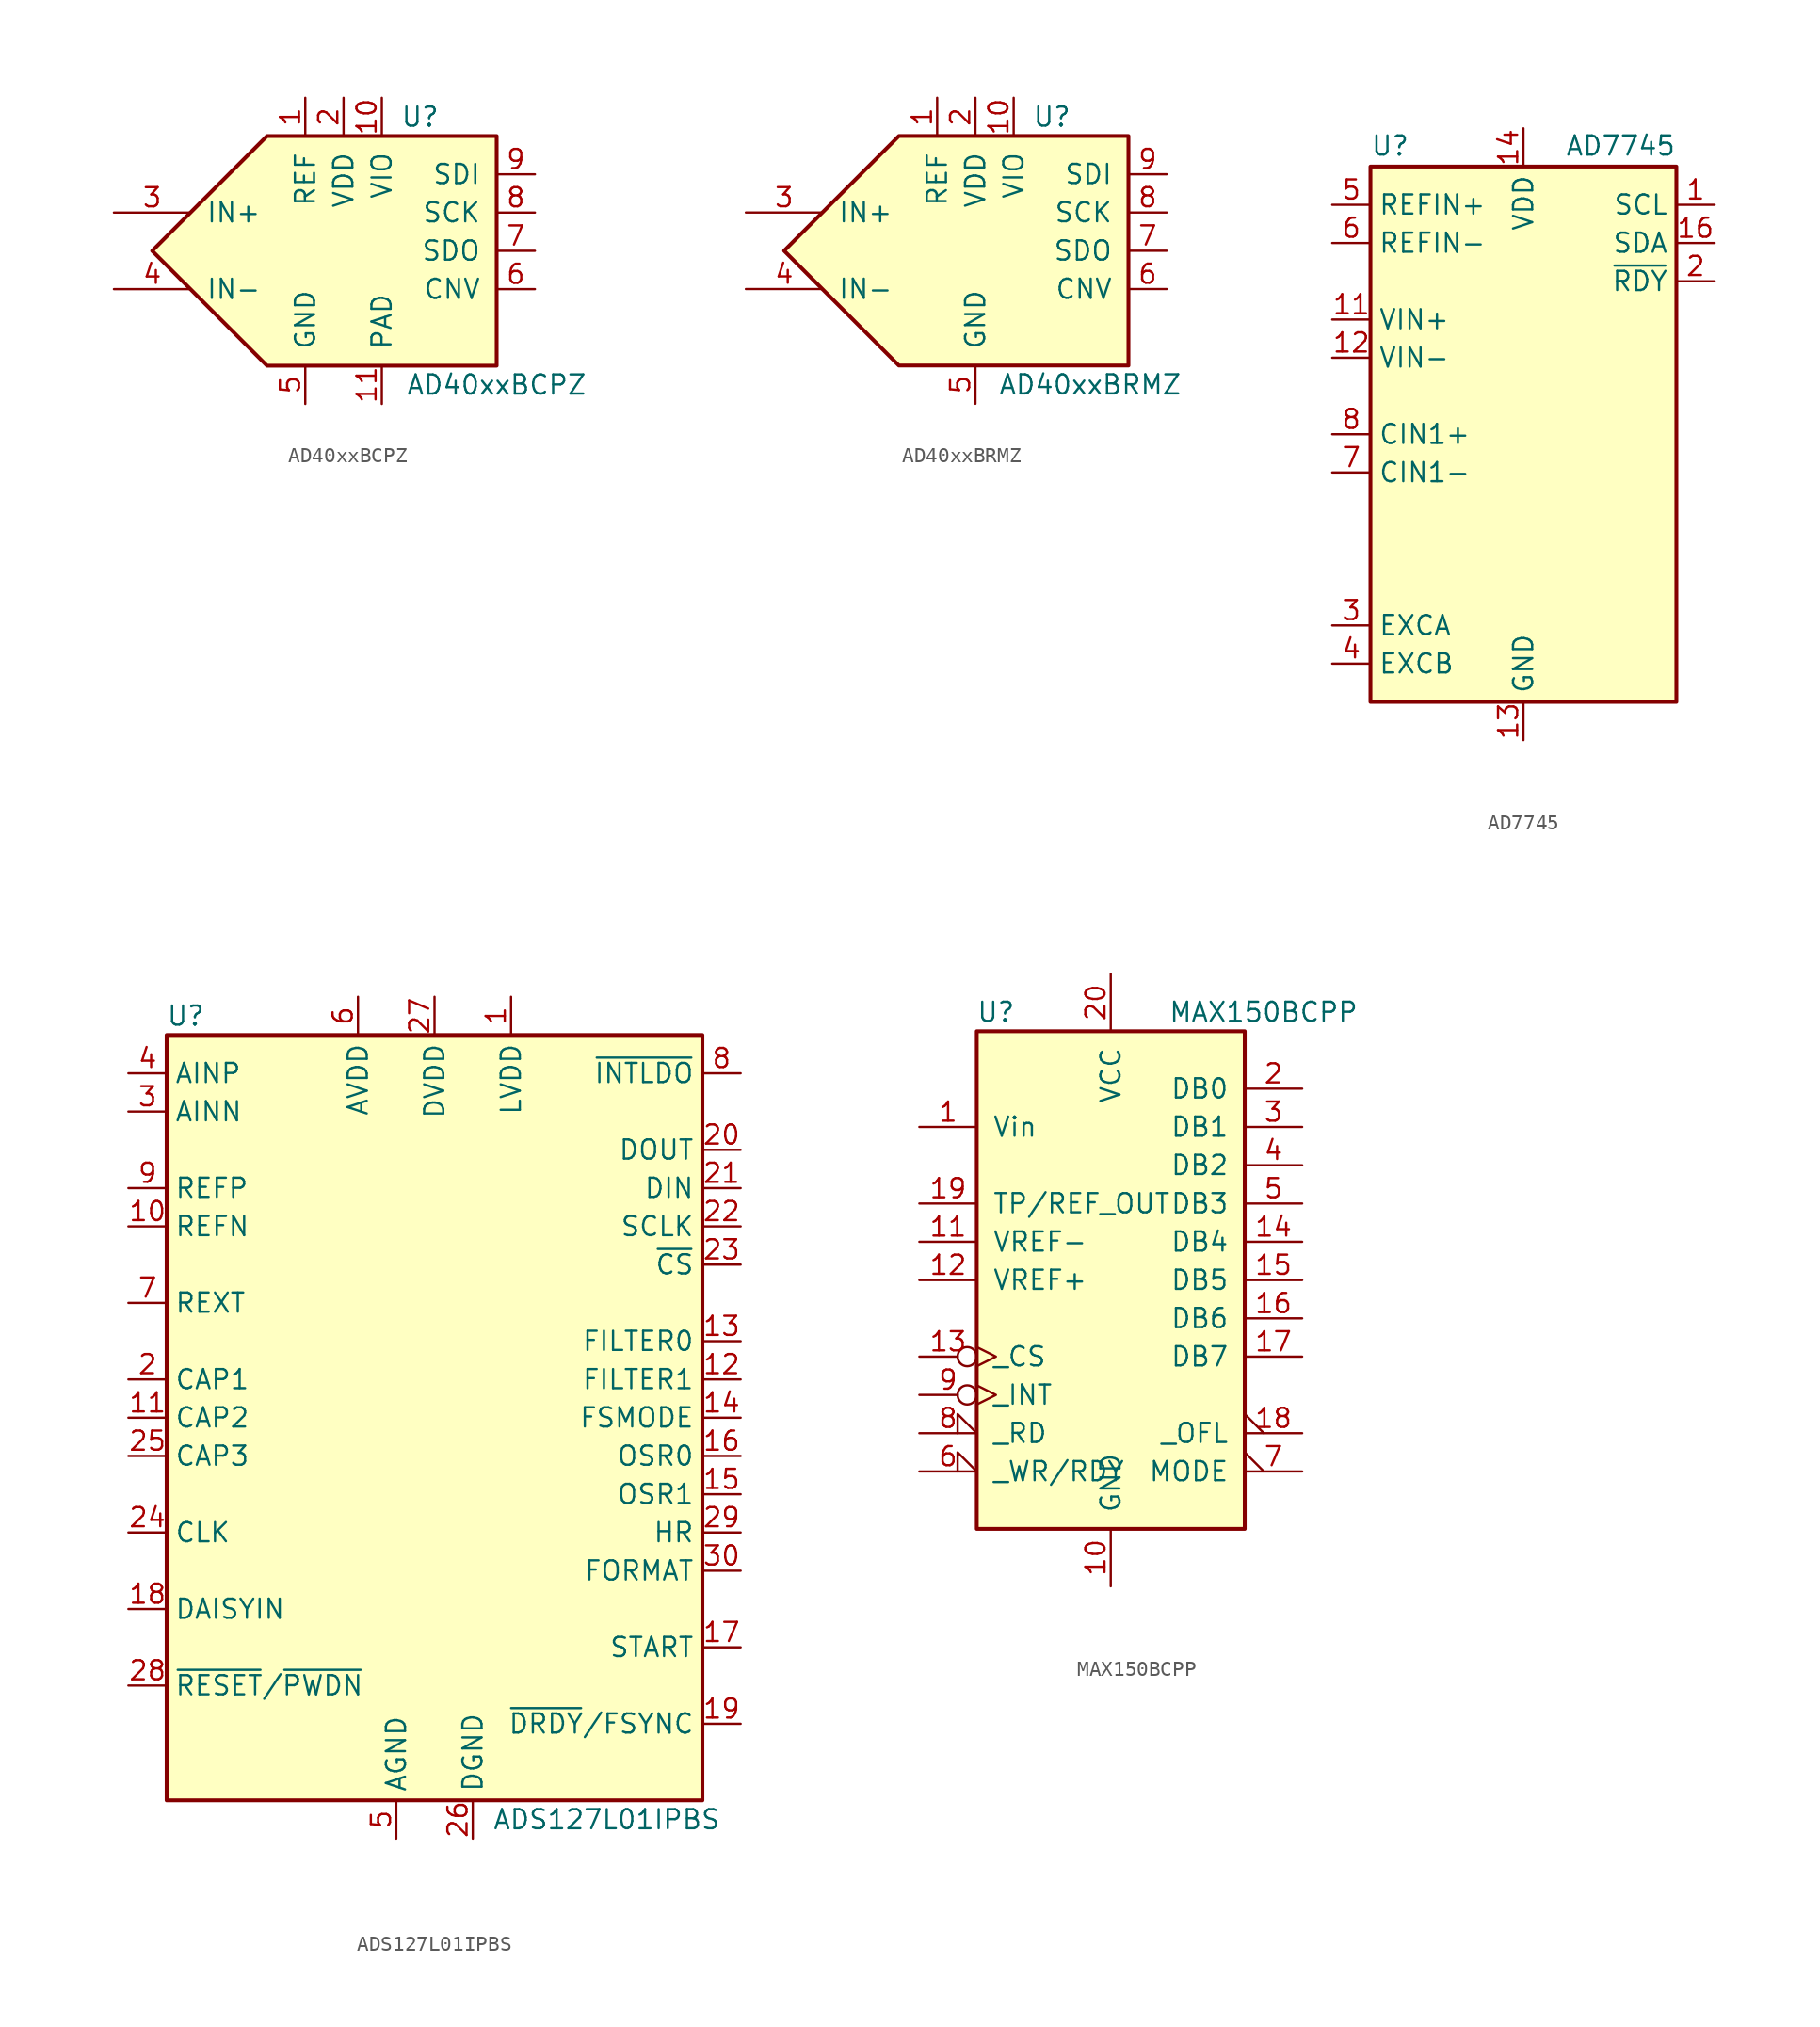
<source format=kicad_sym>
(kicad_symbol_lib
  (version 20220914)
  (generator kicad_symbol_editor)
  (symbol "AD40xxBCPZ"
    (pin_names
      (offset 1.016))
    (property "Reference" "U"
      (at 5.08 8.89 0)
      (effects (font (size 1.27 1.27))))
    (property "Value" "AD40xxBCPZ"
      (at 10.16 -8.89 0)
      (effects (font (size 1.27 1.27))))
    (symbol "AD40xxBCPZ_1_1"
      (polyline (pts (xy -5.08 7.62) (xy -12.7 0) (xy -5.08 -7.62) (xy 10.16 -7.62) (xy 10.16 7.62) (xy -5.08 7.62)) (stroke (width 0.254) (type solid)) (fill (type background)))
      (pin input line (at -2.54 10.16 270) (length 2.54) (name "REF" (effects (font (size 1.27 1.27)))) (number "1" (effects (font (size 1.27 1.27)))))
      (pin power_in line (at 2.54 10.16 270) (length 2.54) (name "VIO" (effects (font (size 1.27 1.27)))) (number "10" (effects (font (size 1.27 1.27)))))
      (pin power_in line (at 2.54 -10.16 90) (length 2.54) (name "PAD" (effects (font (size 1.27 1.27)))) (number "11" (effects (font (size 1.27 1.27)))))
      (pin power_in line (at 0 10.16 270) (length 2.54) (name "VDD" (effects (font (size 1.27 1.27)))) (number "2" (effects (font (size 1.27 1.27)))))
      (pin input line (at -15.24 2.54 0) (length 5.08) (name "IN+" (effects (font (size 1.27 1.27)))) (number "3" (effects (font (size 1.27 1.27)))))
      (pin input line (at -15.24 -2.54 0) (length 5.08) (name "IN-" (effects (font (size 1.27 1.27)))) (number "4" (effects (font (size 1.27 1.27)))))
      (pin power_in line (at -2.54 -10.16 90) (length 2.54) (name "GND" (effects (font (size 1.27 1.27)))) (number "5" (effects (font (size 1.27 1.27)))))
      (pin input line (at 12.7 -2.54 180) (length 2.54) (name "CNV" (effects (font (size 1.27 1.27)))) (number "6" (effects (font (size 1.27 1.27)))))
      (pin output line (at 12.7 0 180) (length 2.54) (name "SDO" (effects (font (size 1.27 1.27)))) (number "7" (effects (font (size 1.27 1.27)))))
      (pin input line (at 12.7 2.54 180) (length 2.54) (name "SCK" (effects (font (size 1.27 1.27)))) (number "8" (effects (font (size 1.27 1.27)))))
      (pin input line (at 12.7 5.08 180) (length 2.54) (name "SDI" (effects (font (size 1.27 1.27)))) (number "9" (effects (font (size 1.27 1.27)))))))
  (symbol "AD40xxBRMZ"
    (pin_names
      (offset 1.016))
    (property "Reference" "U"
      (at 5.08 8.89 0)
      (effects (font (size 1.27 1.27))))
    (property "Value" "AD40xxBRMZ"
      (at 7.62 -8.89 0)
      (effects (font (size 1.27 1.27))))
    (symbol "AD40xxBRMZ_1_1"
      (polyline (pts (xy -5.08 7.62) (xy -12.7 0) (xy -5.08 -7.62) (xy 10.16 -7.62) (xy 10.16 7.62) (xy -5.08 7.62)) (stroke (width 0.254) (type solid)) (fill (type background)))
      (pin input line (at -2.54 10.16 270) (length 2.54) (name "REF" (effects (font (size 1.27 1.27)))) (number "1" (effects (font (size 1.27 1.27)))))
      (pin power_in line (at 2.54 10.16 270) (length 2.54) (name "VIO" (effects (font (size 1.27 1.27)))) (number "10" (effects (font (size 1.27 1.27)))))
      (pin power_in line (at 0 10.16 270) (length 2.54) (name "VDD" (effects (font (size 1.27 1.27)))) (number "2" (effects (font (size 1.27 1.27)))))
      (pin input line (at -15.24 2.54 0) (length 5.08) (name "IN+" (effects (font (size 1.27 1.27)))) (number "3" (effects (font (size 1.27 1.27)))))
      (pin input line (at -15.24 -2.54 0) (length 5.08) (name "IN-" (effects (font (size 1.27 1.27)))) (number "4" (effects (font (size 1.27 1.27)))))
      (pin power_in line (at 0 -10.16 90) (length 2.54) (name "GND" (effects (font (size 1.27 1.27)))) (number "5" (effects (font (size 1.27 1.27)))))
      (pin input line (at 12.7 -2.54 180) (length 2.54) (name "CNV" (effects (font (size 1.27 1.27)))) (number "6" (effects (font (size 1.27 1.27)))))
      (pin output line (at 12.7 0 180) (length 2.54) (name "SDO" (effects (font (size 1.27 1.27)))) (number "7" (effects (font (size 1.27 1.27)))))
      (pin input line (at 12.7 2.54 180) (length 2.54) (name "SCK" (effects (font (size 1.27 1.27)))) (number "8" (effects (font (size 1.27 1.27)))))
      (pin input line (at 12.7 5.08 180) (length 2.54) (name "SDI" (effects (font (size 1.27 1.27)))) (number "9" (effects (font (size 1.27 1.27)))))))
  (symbol "AD7745"
    (property "Reference" "U"
      (at -10.16 18.415 0)
      (effects (font (size 1.27 1.27)) (justify left bottom)))
    (property "Value" "AD7745"
      (at 10.16 18.415 0)
      (effects (font (size 1.27 1.27)) (justify right bottom)))
    (symbol "AD7745_0_1"
      (rectangle (start -10.16 17.78) (end 10.16 -17.78) (stroke (width 0.254) (type default)) (fill (type background))))
    (symbol "AD7745_1_1"
      (pin input line (at 12.7 15.24 180) (length 2.54) (name "SCL" (effects (font (size 1.27 1.27)))) (number "1" (effects (font (size 1.27 1.27)))))
      (pin no_connect line (at -10.16 -7.62 0) (length 2.54) hide (name "NC" (effects (font (size 1.27 1.27)))) (number "10" (effects (font (size 1.27 1.27)))))
      (pin input line (at -12.7 7.62 0) (length 2.54) (name "VIN+" (effects (font (size 1.27 1.27)))) (number "11" (effects (font (size 1.27 1.27)))))
      (pin input line (at -12.7 5.08 0) (length 2.54) (name "VIN-" (effects (font (size 1.27 1.27)))) (number "12" (effects (font (size 1.27 1.27)))))
      (pin power_in line (at 0 -20.32 90) (length 2.54) (name "GND" (effects (font (size 1.27 1.27)))) (number "13" (effects (font (size 1.27 1.27)))))
      (pin power_in line (at 0 20.32 270) (length 2.54) (name "VDD" (effects (font (size 1.27 1.27)))) (number "14" (effects (font (size 1.27 1.27)))))
      (pin no_connect line (at 10.16 -15.24 180) (length 2.54) hide (name "NC" (effects (font (size 1.27 1.27)))) (number "15" (effects (font (size 1.27 1.27)))))
      (pin bidirectional line (at 12.7 12.7 180) (length 2.54) (name "SDA" (effects (font (size 1.27 1.27)))) (number "16" (effects (font (size 1.27 1.27)))))
      (pin output line (at 12.7 10.16 180) (length 2.54) (name "~{RDY}" (effects (font (size 1.27 1.27)))) (number "2" (effects (font (size 1.27 1.27)))))
      (pin output line (at -12.7 -12.7 0) (length 2.54) (name "EXCA" (effects (font (size 1.27 1.27)))) (number "3" (effects (font (size 1.27 1.27)))))
      (pin output line (at -12.7 -15.24 0) (length 2.54) (name "EXCB" (effects (font (size 1.27 1.27)))) (number "4" (effects (font (size 1.27 1.27)))))
      (pin input line (at -12.7 15.24 0) (length 2.54) (name "REFIN+" (effects (font (size 1.27 1.27)))) (number "5" (effects (font (size 1.27 1.27)))))
      (pin input line (at -12.7 12.7 0) (length 2.54) (name "REFIN-" (effects (font (size 1.27 1.27)))) (number "6" (effects (font (size 1.27 1.27)))))
      (pin passive line (at -12.7 -2.54 0) (length 2.54) (name "CIN1-" (effects (font (size 1.27 1.27)))) (number "7" (effects (font (size 1.27 1.27)))))
      (pin passive line (at -12.7 0 0) (length 2.54) (name "CIN1+" (effects (font (size 1.27 1.27)))) (number "8" (effects (font (size 1.27 1.27)))))
      (pin no_connect line (at -10.16 -5.08 0) (length 2.54) hide (name "NC" (effects (font (size 1.27 1.27)))) (number "9" (effects (font (size 1.27 1.27)))))))
  (symbol "ADS127L01IPBS"
    (property "Reference" "U"
      (at -16.51 26.67 0)
      (effects (font (size 1.27 1.27))))
    (property "Value" "ADS127L01IPBS"
      (at 11.43 -26.67 0)
      (effects (font (size 1.27 1.27))))
    (symbol "ADS127L01IPBS_0_1"
      (rectangle (start -17.78 25.4) (end 17.78 -25.4) (stroke (width 0.254) (type default)) (fill (type background))))
    (symbol "ADS127L01IPBS_1_1"
      (pin power_in line (at 5.08 27.94 270) (length 2.54) (name "LVDD" (effects (font (size 1.27 1.27)))) (number "1" (effects (font (size 1.27 1.27)))))
      (pin input line (at -20.32 12.7 0) (length 2.54) (name "REFN" (effects (font (size 1.27 1.27)))) (number "10" (effects (font (size 1.27 1.27)))))
      (pin output line (at -20.32 0 0) (length 2.54) (name "CAP2" (effects (font (size 1.27 1.27)))) (number "11" (effects (font (size 1.27 1.27)))))
      (pin input line (at 20.32 2.54 180) (length 2.54) (name "FILTER1" (effects (font (size 1.27 1.27)))) (number "12" (effects (font (size 1.27 1.27)))))
      (pin input line (at 20.32 5.08 180) (length 2.54) (name "FILTER0" (effects (font (size 1.27 1.27)))) (number "13" (effects (font (size 1.27 1.27)))))
      (pin input line (at 20.32 0 180) (length 2.54) (name "FSMODE" (effects (font (size 1.27 1.27)))) (number "14" (effects (font (size 1.27 1.27)))))
      (pin input line (at 20.32 -5.08 180) (length 2.54) (name "OSR1" (effects (font (size 1.27 1.27)))) (number "15" (effects (font (size 1.27 1.27)))))
      (pin input line (at 20.32 -2.54 180) (length 2.54) (name "OSR0" (effects (font (size 1.27 1.27)))) (number "16" (effects (font (size 1.27 1.27)))))
      (pin input line (at 20.32 -15.24 180) (length 2.54) (name "START" (effects (font (size 1.27 1.27)))) (number "17" (effects (font (size 1.27 1.27)))))
      (pin input line (at -20.32 -12.7 0) (length 2.54) (name "DAISYIN" (effects (font (size 1.27 1.27)))) (number "18" (effects (font (size 1.27 1.27)))))
      (pin passive line (at 20.32 -20.32 180) (length 2.54) (name "~{DRDY}/FSYNC" (effects (font (size 1.27 1.27)))) (number "19" (effects (font (size 1.27 1.27)))))
      (pin output line (at -20.32 2.54 0) (length 2.54) (name "CAP1" (effects (font (size 1.27 1.27)))) (number "2" (effects (font (size 1.27 1.27)))))
      (pin output line (at 20.32 17.78 180) (length 2.54) (name "DOUT" (effects (font (size 1.27 1.27)))) (number "20" (effects (font (size 1.27 1.27)))))
      (pin input line (at 20.32 15.24 180) (length 2.54) (name "DIN" (effects (font (size 1.27 1.27)))) (number "21" (effects (font (size 1.27 1.27)))))
      (pin input line (at 20.32 12.7 180) (length 2.54) (name "SCLK" (effects (font (size 1.27 1.27)))) (number "22" (effects (font (size 1.27 1.27)))))
      (pin input line (at 20.32 10.16 180) (length 2.54) (name "~{CS}" (effects (font (size 1.27 1.27)))) (number "23" (effects (font (size 1.27 1.27)))))
      (pin input line (at -20.32 -7.62 0) (length 2.54) (name "CLK" (effects (font (size 1.27 1.27)))) (number "24" (effects (font (size 1.27 1.27)))))
      (pin output line (at -20.32 -2.54 0) (length 2.54) (name "CAP3" (effects (font (size 1.27 1.27)))) (number "25" (effects (font (size 1.27 1.27)))))
      (pin power_in line (at 2.54 -27.94 90) (length 2.54) (name "DGND" (effects (font (size 1.27 1.27)))) (number "26" (effects (font (size 1.27 1.27)))))
      (pin power_in line (at 0 27.94 270) (length 2.54) (name "DVDD" (effects (font (size 1.27 1.27)))) (number "27" (effects (font (size 1.27 1.27)))))
      (pin input line (at -20.32 -17.78 0) (length 2.54) (name "~{RESET}/~{PWDN}" (effects (font (size 1.27 1.27)))) (number "28" (effects (font (size 1.27 1.27)))))
      (pin input line (at 20.32 -7.62 180) (length 2.54) (name "HR" (effects (font (size 1.27 1.27)))) (number "29" (effects (font (size 1.27 1.27)))))
      (pin input line (at -20.32 20.32 0) (length 2.54) (name "AINN" (effects (font (size 1.27 1.27)))) (number "3" (effects (font (size 1.27 1.27)))))
      (pin input line (at 20.32 -10.16 180) (length 2.54) (name "FORMAT" (effects (font (size 1.27 1.27)))) (number "30" (effects (font (size 1.27 1.27)))))
      (pin passive line (at -2.54 -27.94 90) (length 2.54) hide (name "AGND" (effects (font (size 1.27 1.27)))) (number "31" (effects (font (size 1.27 1.27)))))
      (pin passive line (at -5.08 27.94 270) (length 2.54) hide (name "AVDD" (effects (font (size 1.27 1.27)))) (number "32" (effects (font (size 1.27 1.27)))))
      (pin input line (at -20.32 22.86 0) (length 2.54) (name "AINP" (effects (font (size 1.27 1.27)))) (number "4" (effects (font (size 1.27 1.27)))))
      (pin power_in line (at -2.54 -27.94 90) (length 2.54) (name "AGND" (effects (font (size 1.27 1.27)))) (number "5" (effects (font (size 1.27 1.27)))))
      (pin power_in line (at -5.08 27.94 270) (length 2.54) (name "AVDD" (effects (font (size 1.27 1.27)))) (number "6" (effects (font (size 1.27 1.27)))))
      (pin input line (at -20.32 7.62 0) (length 2.54) (name "REXT" (effects (font (size 1.27 1.27)))) (number "7" (effects (font (size 1.27 1.27)))))
      (pin input line (at 20.32 22.86 180) (length 2.54) (name "~{INTLDO}" (effects (font (size 1.27 1.27)))) (number "8" (effects (font (size 1.27 1.27)))))
      (pin input line (at -20.32 15.24 0) (length 2.54) (name "REFP" (effects (font (size 1.27 1.27)))) (number "9" (effects (font (size 1.27 1.27)))))))
  (symbol "MAX150BCPP"
    (pin_names
      (offset 1.016))
    (property "Reference" "U"
      (at -7.62 17.78 0)
      (effects (font (size 1.27 1.27))))
    (property "Value" "MAX150BCPP"
      (at 3.81 17.78 0)
      (effects (font (size 1.27 1.27)) (justify left)))
    (symbol "MAX150BCPP_0_1"
      (rectangle (start -8.89 -16.51) (end 8.89 16.51) (stroke (width 0.254) (type default)) (fill (type background))))
    (symbol "MAX150BCPP_1_1"
      (pin input line (at -12.7 10.16 0) (length 3.81) (name "Vin" (effects (font (size 1.27 1.27)))) (number "1" (effects (font (size 1.27 1.27)))))
      (pin power_in line (at 0 -20.32 90) (length 3.81) (name "GND" (effects (font (size 1.27 1.27)))) (number "10" (effects (font (size 1.27 1.27)))))
      (pin input line (at -12.7 2.54 0) (length 3.81) (name "VREF-" (effects (font (size 1.27 1.27)))) (number "11" (effects (font (size 1.27 1.27)))))
      (pin input line (at -12.7 0 0) (length 3.81) (name "VREF+" (effects (font (size 1.27 1.27)))) (number "12" (effects (font (size 1.27 1.27)))))
      (pin input inverted_clock (at -12.7 -5.08 0) (length 3.81) (name "_CS" (effects (font (size 1.27 1.27)))) (number "13" (effects (font (size 1.27 1.27)))))
      (pin tri_state line (at 12.7 2.54 180) (length 3.81) (name "DB4" (effects (font (size 1.27 1.27)))) (number "14" (effects (font (size 1.27 1.27)))))
      (pin tri_state line (at 12.7 0 180) (length 3.81) (name "DB5" (effects (font (size 1.27 1.27)))) (number "15" (effects (font (size 1.27 1.27)))))
      (pin tri_state line (at 12.7 -2.54 180) (length 3.81) (name "DB6" (effects (font (size 1.27 1.27)))) (number "16" (effects (font (size 1.27 1.27)))))
      (pin tri_state line (at 12.7 -5.08 180) (length 3.81) (name "DB7" (effects (font (size 1.27 1.27)))) (number "17" (effects (font (size 1.27 1.27)))))
      (pin output output_low (at 12.7 -10.16 180) (length 3.81) (name "_OFL" (effects (font (size 1.27 1.27)))) (number "18" (effects (font (size 1.27 1.27)))))
      (pin input line (at -12.7 5.08 0) (length 3.81) (name "TP/REF_OUT" (effects (font (size 1.27 1.27)))) (number "19" (effects (font (size 1.27 1.27)))))
      (pin tri_state line (at 12.7 12.7 180) (length 3.81) (name "DB0" (effects (font (size 1.27 1.27)))) (number "2" (effects (font (size 1.27 1.27)))))
      (pin power_in line (at 0 20.32 270) (length 3.81) (name "VCC" (effects (font (size 1.27 1.27)))) (number "20" (effects (font (size 1.27 1.27)))))
      (pin tri_state line (at 12.7 10.16 180) (length 3.81) (name "DB1" (effects (font (size 1.27 1.27)))) (number "3" (effects (font (size 1.27 1.27)))))
      (pin tri_state line (at 12.7 7.62 180) (length 3.81) (name "DB2" (effects (font (size 1.27 1.27)))) (number "4" (effects (font (size 1.27 1.27)))))
      (pin tri_state line (at 12.7 5.08 180) (length 3.81) (name "DB3" (effects (font (size 1.27 1.27)))) (number "5" (effects (font (size 1.27 1.27)))))
      (pin input input_low (at -12.7 -12.7 0) (length 3.81) (name "_WR/RDY" (effects (font (size 1.27 1.27)))) (number "6" (effects (font (size 1.27 1.27)))))
      (pin output output_low (at 12.7 -12.7 180) (length 3.81) (name "MODE" (effects (font (size 1.27 1.27)))) (number "7" (effects (font (size 1.27 1.27)))))
      (pin input input_low (at -12.7 -10.16 0) (length 3.81) (name "_RD" (effects (font (size 1.27 1.27)))) (number "8" (effects (font (size 1.27 1.27)))))
      (pin input inverted_clock (at -12.7 -7.62 0) (length 3.81) (name "_INT" (effects (font (size 1.27 1.27)))) (number "9" (effects (font (size 1.27 1.27))))))))
</source>
